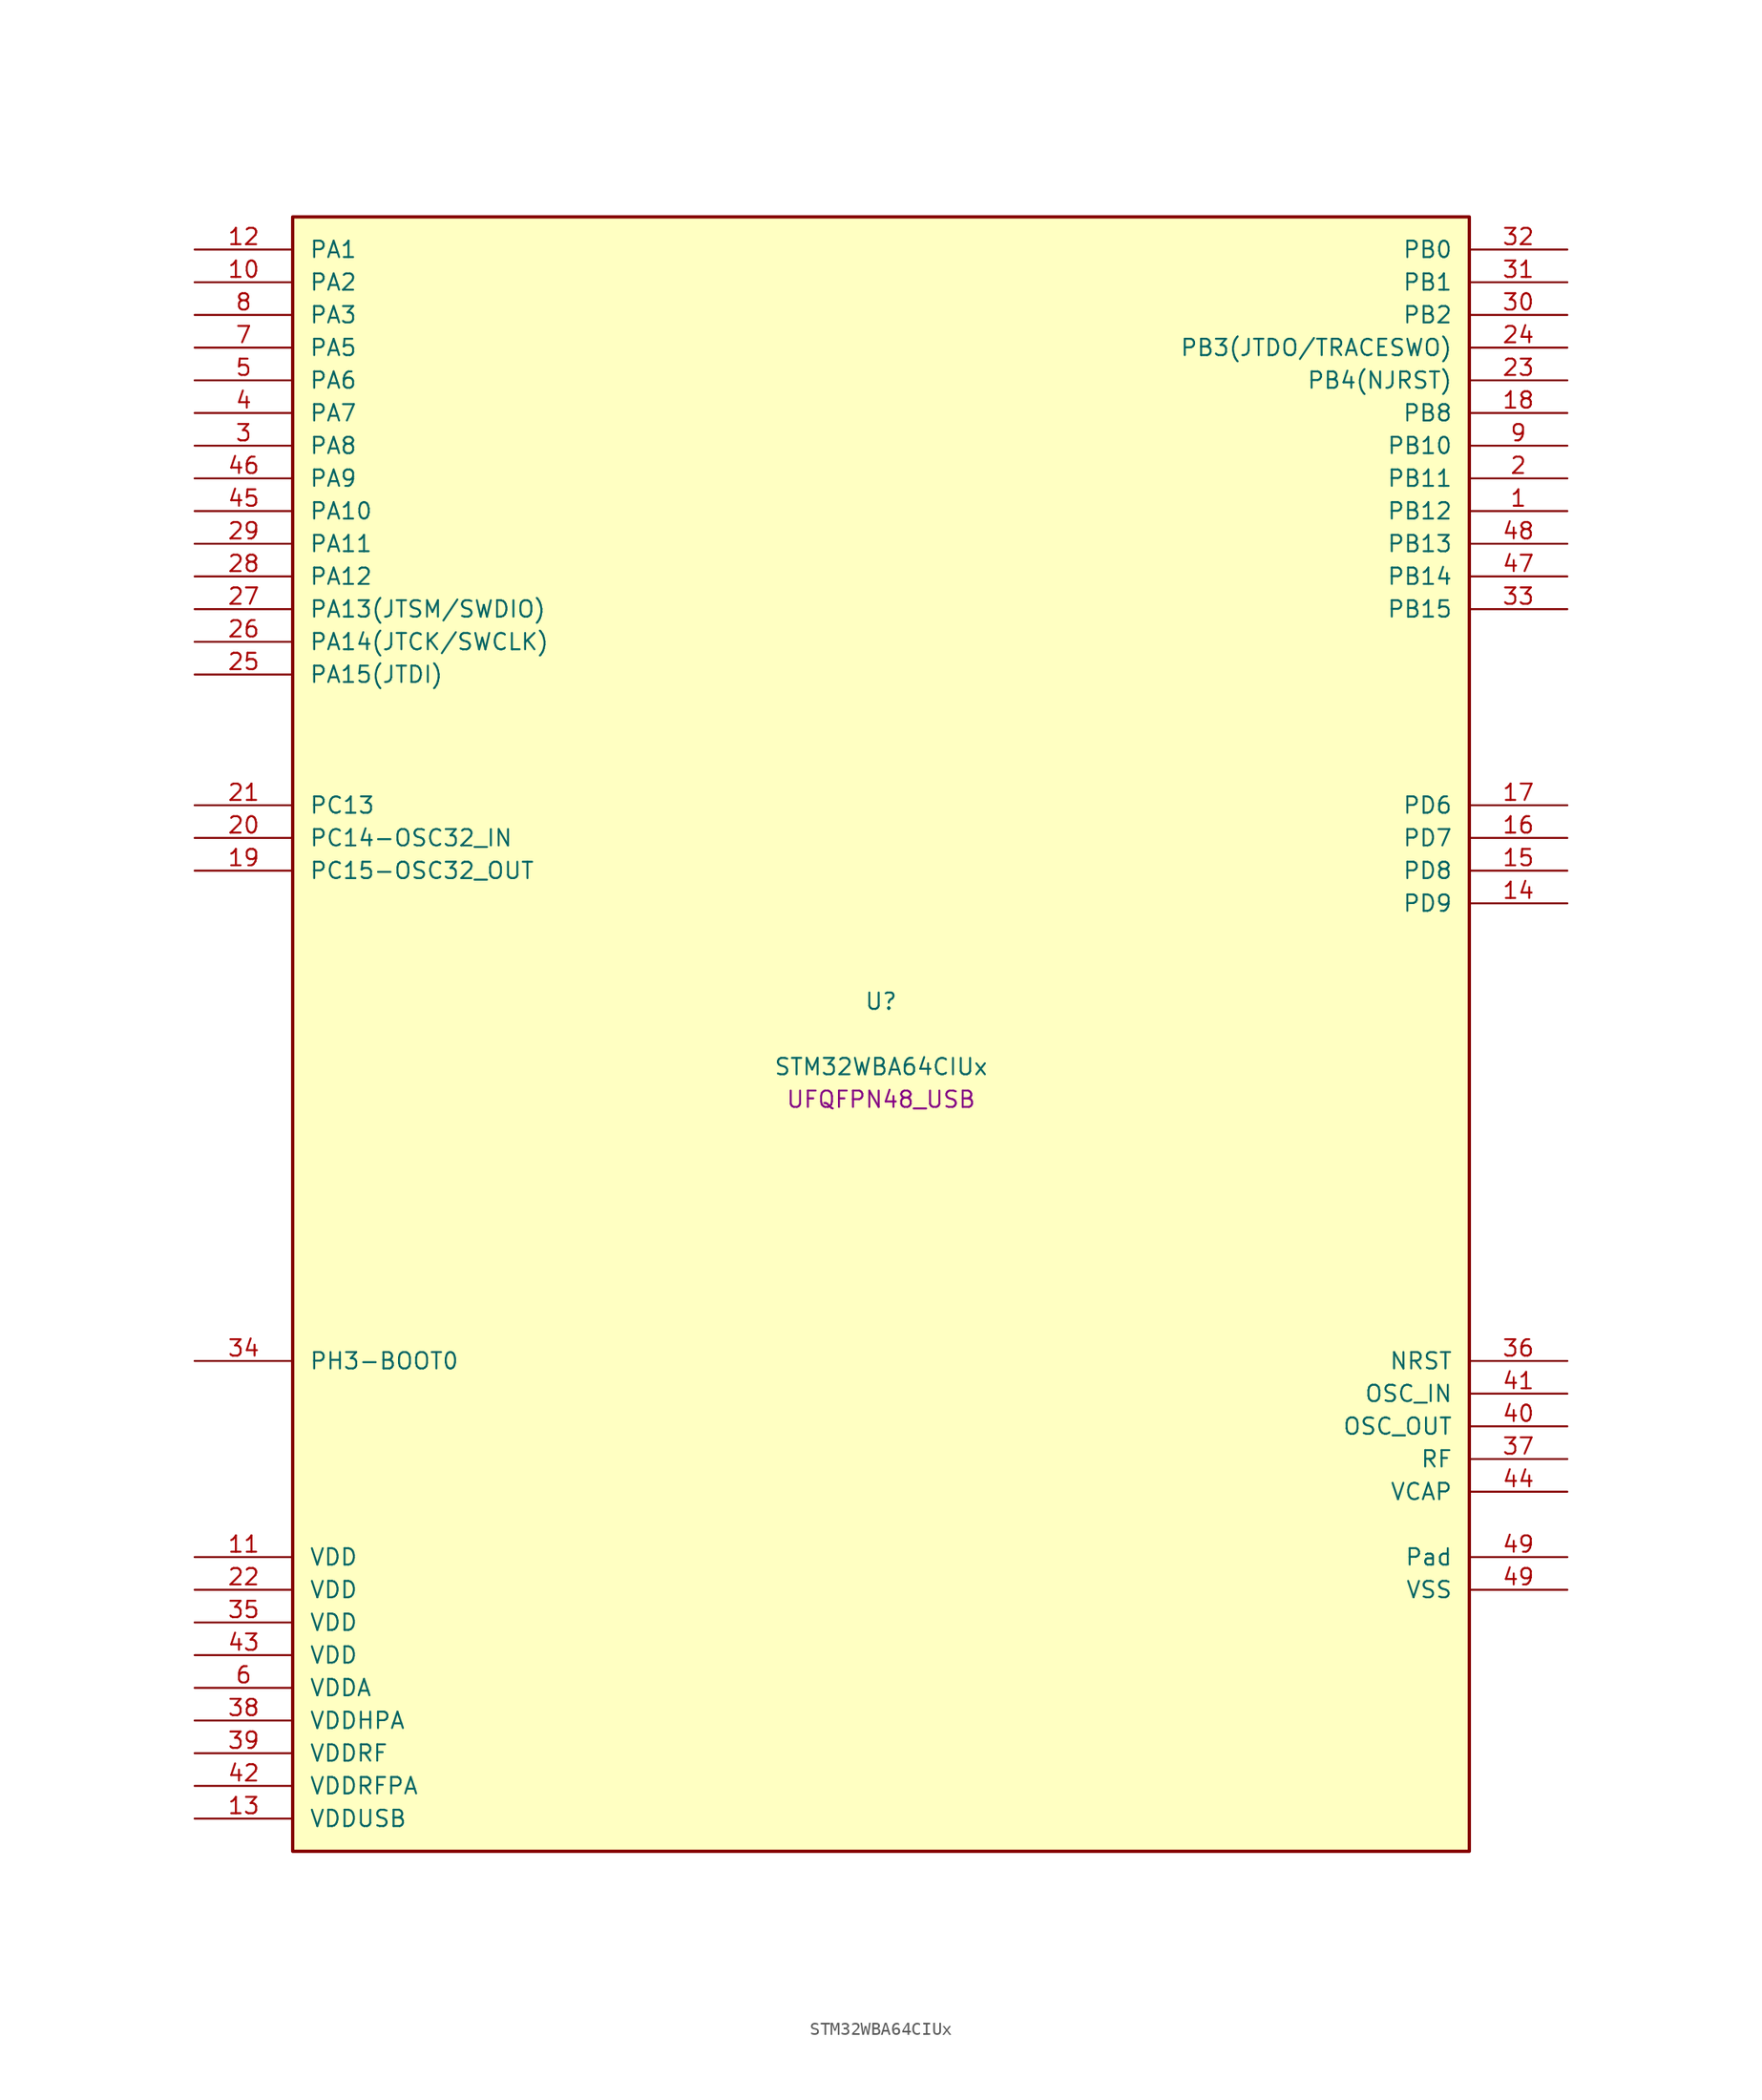
<source format=kicad_sym>
(kicad_symbol_lib
  (version 20241209)
  (generator "stm32_pkl_generator")
  (generator_version "1.0")
  (symbol "STM32WBA64CIUx"
    (pin_names
      (offset 1.27))
    (property "Reference" "U"
      (at 0 2.54 0))
    (property "Value" "STM32WBA64CIUx"
      (at 0 -2.54 0))
    (property "Footprint" "UFQFPN48_USB"
      (at 0 -5.08 0))
    (symbol "STM32WBA64CIUx_1_1"
      (rectangle (start -45.72 63.5) (end 45.72 -63.5) (stroke (width 0.254) (type solid)) (fill (type background)))
      (pin bidirectional line (at -53.34 60.96 0) (length 7.62) (name "PA1") (number "12") (alternate "PA1/ADC4_IN8" bidirectional line) (alternate "PA1/COMP1_INM" bidirectional line) (alternate "PA1/LPTIM2_CH2" bidirectional line) (alternate "PA1/LPUART1_RX" bidirectional line) (alternate "PA1/PWR_WKUP3" bidirectional line) (alternate "PA1/SAI1_CK1" bidirectional line) (alternate "PA1/SPI1_RDY" bidirectional line) (alternate "PA1/SPI3_MISO" bidirectional line) (alternate "PA1/TIM17_CH1" bidirectional line) (alternate "PA1/TIM1_CH1N" bidirectional line) (alternate "PA1/TIM3_CH2" bidirectional line) (alternate "PA1/TSC_G2_IO1" bidirectional line) (alternate "PA1/USART1_CK" bidirectional line))
      (pin bidirectional line (at -53.34 58.42 0) (length 7.62) (name "PA2") (number "10") (alternate "PA2/ADC4_IN7" bidirectional line) (alternate "PA2/COMP1_INP" bidirectional line) (alternate "PA2/LPUART1_TX" bidirectional line) (alternate "PA2/PWR_WKUP4" bidirectional line) (alternate "PA2/RCC_LSCO" bidirectional line) (alternate "PA2/SAI1_D1" bidirectional line) (alternate "PA2/TIM16_CH1" bidirectional line) (alternate "PA2/TIM1_BKIN" bidirectional line) (alternate "PA2/TIM3_CH1" bidirectional line) (alternate "PA2/TSC_G4_IO4" bidirectional line) (alternate "PA2/USART1_DE" bidirectional line) (alternate "PA2/USART1_RTS" bidirectional line))
      (pin bidirectional line (at -53.34 55.88 0) (length 7.62) (name "PA3") (number "8") (alternate "PA3/ADC4_IN6" bidirectional line) (alternate "PA3/PWR_WKUP5" bidirectional line) (alternate "PA3/TIM16_CH1N" bidirectional line) (alternate "PA3/TSC_G4_IO2" bidirectional line) (alternate "PA3/USART1_DE" bidirectional line) (alternate "PA3/USART1_RTS" bidirectional line))
      (pin bidirectional line (at -53.34 53.34 0) (length 7.62) (name "PA5") (number "7") (alternate "PA5/ADC4_IN4" bidirectional line) (alternate "PA5/AUDIOCLK" bidirectional line) (alternate "PA5/LPTIM2_ETR" bidirectional line) (alternate "PA5/PWR_CSLEEP" bidirectional line) (alternate "PA5/PWR_WKUP6" bidirectional line) (alternate "PA5/SAI1_D2" bidirectional line) (alternate "PA5/SPI3_NSS" bidirectional line) (alternate "PA5/TIM2_CH1" bidirectional line) (alternate "PA5/TIM2_ETR" bidirectional line) (alternate "PA5/TSC_G1_IO4" bidirectional line) (alternate "PA5/USART1_CK" bidirectional line) (alternate "PA5/USART3_RX" bidirectional line))
      (pin bidirectional line (at -53.34 50.8 0) (length 7.62) (name "PA6") (number "5") (alternate "PA6/ADC4_IN3" bidirectional line) (alternate "PA6/I2C3_SCL" bidirectional line) (alternate "PA6/PWR_CSTOP" bidirectional line) (alternate "PA6/PWR_WKUP7" bidirectional line) (alternate "PA6/SAI1_CK2" bidirectional line) (alternate "PA6/SAI1_MCLK_A" bidirectional line) (alternate "PA6/SPI3_RDY" bidirectional line) (alternate "PA6/TIM2_CH4" bidirectional line) (alternate "PA6/TSC_G1_IO3" bidirectional line) (alternate "PA6/USART1_DE" bidirectional line) (alternate "PA6/USART1_RTS" bidirectional line) (alternate "PA6/USART3_CTS" bidirectional line))
      (pin bidirectional line (at -53.34 48.26 0) (length 7.62) (name "PA7") (number "4") (alternate "PA7/ADC4_IN2" bidirectional line) (alternate "PA7/COMP1_OUT" bidirectional line) (alternate "PA7/I2C3_SDA" bidirectional line) (alternate "PA7/PWR_WKUP8" bidirectional line) (alternate "PA7/SAI1_SCK_A" bidirectional line) (alternate "PA7/SPI3_SCK" bidirectional line) (alternate "PA7/TAMP_IN1" bidirectional line) (alternate "PA7/TAMP_OUT2" bidirectional line) (alternate "PA7/TIM2_CH3" bidirectional line) (alternate "PA7/TSC_G1_IO2" bidirectional line) (alternate "PA7/USART1_CTS" bidirectional line) (alternate "PA7/USART3_TX" bidirectional line))
      (pin bidirectional line (at -53.34 45.72 0) (length 7.62) (name "PA8") (number "3") (alternate "PA8/ADC4_IN1" bidirectional line) (alternate "PA8/LPTIM1_CH2" bidirectional line) (alternate "PA8/RCC_MCO" bidirectional line) (alternate "PA8/SAI1_FS_A" bidirectional line) (alternate "PA8/SPI3_RDY" bidirectional line) (alternate "PA8/TIM2_CH2" bidirectional line) (alternate "PA8/TSC_G1_IO1" bidirectional line) (alternate "PA8/USART1_RX" bidirectional line) (alternate "PA8/USB_OTG_HS_SOF" bidirectional line))
      (pin bidirectional line (at -53.34 43.18 0) (length 7.62) (name "PA9") (number "46") (alternate "PA9/LPUART1_DE" bidirectional line) (alternate "PA9/LPUART1_RTS" bidirectional line) (alternate "PA9/SAI1_CK1" bidirectional line) (alternate "PA9/TIM3_CH2" bidirectional line))
      (pin bidirectional line (at -53.34 40.64 0) (length 7.62) (name "PA10") (number "45") (alternate "PA10/LPUART1_RX" bidirectional line) (alternate "PA10/SAI1_D1" bidirectional line) (alternate "PA10/TIM3_CH1" bidirectional line))
      (pin bidirectional line (at -53.34 38.1 0) (length 7.62) (name "PA11") (number "29") (alternate "PA11/LPTIM2_CH1" bidirectional line) (alternate "PA11/RF_ANTSW1" bidirectional line) (alternate "PA11/TIM1_CH1" bidirectional line) (alternate "PA11/USART2_RX" bidirectional line))
      (pin bidirectional line (at -53.34 35.56 0) (length 7.62) (name "PA12") (number "28") (alternate "PA12/PTA_STATUS" bidirectional line) (alternate "PA12/PWR_WKUP6" bidirectional line) (alternate "PA12/RF_ANTSW0" bidirectional line) (alternate "PA12/SPI1_NSS" bidirectional line) (alternate "PA12/TIM1_CH2" bidirectional line) (alternate "PA12/TSC_G3_IO4" bidirectional line) (alternate "PA12/USART2_TX" bidirectional line))
      (pin bidirectional line (at -53.34 33.02 0) (length 7.62) (name "PA13(JTSM/SWDIO)") (number "27") (alternate "PA13(JTSM/SWDIO)/DEBUG_JTMS-SWDIO" bidirectional line) (alternate "PA13(JTSM/SWDIO)/PTA_PRIORITY" bidirectional line))
      (pin bidirectional line (at -53.34 30.48 0) (length 7.62) (name "PA14(JTCK/SWCLK)") (number "26") (alternate "PA14(JTCK/SWCLK)/DEBUG_JTCK-SWCLK" bidirectional line) (alternate "PA14(JTCK/SWCLK)/I2C4_SMBA" bidirectional line) (alternate "PA14(JTCK/SWCLK)/PTA_STATUS" bidirectional line) (alternate "PA14(JTCK/SWCLK)/TAMP_IN3" bidirectional line) (alternate "PA14(JTCK/SWCLK)/TAMP_OUT6" bidirectional line) (alternate "PA14(JTCK/SWCLK)/USART2_TX" bidirectional line) (alternate "PA14(JTCK/SWCLK)/USB_OTG_HS_SOF" bidirectional line))
      (pin bidirectional line (at -53.34 27.94 0) (length 7.62) (name "PA15(JTDI)") (number "25") (alternate "PA15(JTDI)/ADC4_EXTI15" bidirectional line) (alternate "PA15(JTDI)/DEBUG_JTDI" bidirectional line) (alternate "PA15(JTDI)/I2C1_SCL" bidirectional line) (alternate "PA15(JTDI)/LPTIM1_CH2" bidirectional line) (alternate "PA15(JTDI)/PTA_STATUS" bidirectional line) (alternate "PA15(JTDI)/SPI1_MOSI" bidirectional line) (alternate "PA15(JTDI)/TIM17_BKIN" bidirectional line) (alternate "PA15(JTDI)/TIM1_ETR" bidirectional line) (alternate "PA15(JTDI)/TSC_G3_IO3" bidirectional line) (alternate "PA15(JTDI)/USART2_DE" bidirectional line) (alternate "PA15(JTDI)/USART2_RTS" bidirectional line) (alternate "PA15(JTDI)/USART3_DE" bidirectional line) (alternate "PA15(JTDI)/USART3_RTS" bidirectional line))
      (pin bidirectional line (at 53.34 60.96 180) (length 7.62) (name "PB0") (number "32") (alternate "PB0/LPTIM2_IN2" bidirectional line) (alternate "PB0/TIM1_CH3N" bidirectional line) (alternate "PB0/USART2_TX" bidirectional line) (alternate "PB0/USART3_CK" bidirectional line))
      (pin bidirectional line (at 53.34 58.42 180) (length 7.62) (name "PB1") (number "31") (alternate "PB1/I2C1_SDA" bidirectional line) (alternate "PB1/I2C3_SDA" bidirectional line) (alternate "PB1/PWR_WKUP4" bidirectional line) (alternate "PB1/TIM1_CH2N" bidirectional line) (alternate "PB1/USART2_DE" bidirectional line) (alternate "PB1/USART2_RTS" bidirectional line) (alternate "PB1/USART3_DE" bidirectional line) (alternate "PB1/USART3_RTS" bidirectional line))
      (pin bidirectional line (at 53.34 55.88 180) (length 7.62) (name "PB2") (number "30") (alternate "PB2/I2C1_SCL" bidirectional line) (alternate "PB2/I2C3_SCL" bidirectional line) (alternate "PB2/PWR_WKUP1" bidirectional line) (alternate "PB2/RF_ANTSW2" bidirectional line) (alternate "PB2/RTC_OUT2" bidirectional line) (alternate "PB2/TIM1_CH1N" bidirectional line) (alternate "PB2/USART2_CTS" bidirectional line))
      (pin bidirectional line (at 53.34 53.34 180) (length 7.62) (name "PB3(JTDO/TRACESWO)") (number "24") (alternate "PB3(JTDO/TRACESWO)/DEBUG_JTDO-SWO" bidirectional line) (alternate "PB3(JTDO/TRACESWO)/I2C1_SDA" bidirectional line) (alternate "PB3(JTDO/TRACESWO)/LPTIM1_IN2" bidirectional line) (alternate "PB3(JTDO/TRACESWO)/PTA_ACTIVE" bidirectional line) (alternate "PB3(JTDO/TRACESWO)/SPI1_MISO" bidirectional line) (alternate "PB3(JTDO/TRACESWO)/TIM17_CH1N" bidirectional line) (alternate "PB3(JTDO/TRACESWO)/TIM1_CH4" bidirectional line) (alternate "PB3(JTDO/TRACESWO)/TSC_G3_IO2" bidirectional line) (alternate "PB3(JTDO/TRACESWO)/USART2_CK" bidirectional line))
      (pin bidirectional line (at 53.34 50.8 180) (length 7.62) (name "PB4(NJRST)") (number "23") (alternate "PB4(NJRST)/DEBUG_NJTRST" bidirectional line) (alternate "PB4(NJRST)/LPTIM2_IN2" bidirectional line) (alternate "PB4(NJRST)/PTA_ACTIVE" bidirectional line) (alternate "PB4(NJRST)/PTA_PRIORITY" bidirectional line) (alternate "PB4(NJRST)/SAI1_MCLK_B" bidirectional line) (alternate "PB4(NJRST)/SPI1_SCK" bidirectional line) (alternate "PB4(NJRST)/TIM17_CH1" bidirectional line) (alternate "PB4(NJRST)/TIM1_CH3" bidirectional line) (alternate "PB4(NJRST)/TSC_G3_IO1" bidirectional line) (alternate "PB4(NJRST)/USART2_RX" bidirectional line))
      (pin bidirectional line (at 53.34 48.26 180) (length 7.62) (name "PB8") (number "18") (alternate "PB8/COMP1_OUT" bidirectional line) (alternate "PB8/LPTIM1_ETR" bidirectional line) (alternate "PB8/PWR_PVD_IN" bidirectional line) (alternate "PB8/SPI3_MOSI" bidirectional line) (alternate "PB8/TIM16_CH1N" bidirectional line) (alternate "PB8/TIM1_CH1" bidirectional line) (alternate "PB8/TIM3_ETR" bidirectional line) (alternate "PB8/TIM4_CH3" bidirectional line) (alternate "PB8/TSC_G2_IO4" bidirectional line) (alternate "PB8/USART2_RX" bidirectional line))
      (pin bidirectional line (at 53.34 45.72 180) (length 7.62) (name "PB10") (number "9") (alternate "PB10/I2C2_SCL" bidirectional line) (alternate "PB10/I2C4_SCL" bidirectional line) (alternate "PB10/TIM16_BKIN" bidirectional line) (alternate "PB10/TSC_G4_IO3" bidirectional line) (alternate "PB10/USART1_CK" bidirectional line) (alternate "PB10/USART3_TX" bidirectional line))
      (pin bidirectional line (at 53.34 43.18 180) (length 7.62) (name "PB11") (number "2") (alternate "PB11/I2C2_SDA" bidirectional line) (alternate "PB11/I2C4_SDA" bidirectional line) (alternate "PB11/LPTIM1_CH1" bidirectional line) (alternate "PB11/LPTIM1_ETR" bidirectional line) (alternate "PB11/LPUART1_TX" bidirectional line) (alternate "PB11/USART3_RX" bidirectional line))
      (pin bidirectional line (at 53.34 40.64 180) (length 7.62) (name "PB12") (number "1") (alternate "PB12/I2C2_SMBA" bidirectional line) (alternate "PB12/SAI1_SD_A" bidirectional line) (alternate "PB12/SPI1_RDY" bidirectional line) (alternate "PB12/TIM2_CH1" bidirectional line) (alternate "PB12/TIM2_ETR" bidirectional line) (alternate "PB12/TIM3_ETR" bidirectional line) (alternate "PB12/TSC_SYNC" bidirectional line) (alternate "PB12/USART1_TX" bidirectional line) (alternate "PB12/USART3_CK" bidirectional line))
      (pin bidirectional line (at 53.34 38.1 180) (length 7.62) (name "PB13") (number "48") (alternate "PB13/I2C2_SCL" bidirectional line) (alternate "PB13/TIM3_CH4" bidirectional line) (alternate "PB13/TSC_G6_IO2" bidirectional line) (alternate "PB13/USART3_CTS" bidirectional line))
      (pin bidirectional line (at 53.34 35.56 180) (length 7.62) (name "PB14") (number "47") (alternate "PB14/I2C2_SDA" bidirectional line) (alternate "PB14/PWR_WKUP7" bidirectional line) (alternate "PB14/RTC_REFIN" bidirectional line) (alternate "PB14/SAI1_SD_A" bidirectional line) (alternate "PB14/TIM3_CH3" bidirectional line) (alternate "PB14/TSC_G6_IO1" bidirectional line) (alternate "PB14/USART1_TX" bidirectional line) (alternate "PB14/USART3_DE" bidirectional line) (alternate "PB14/USART3_RTS" bidirectional line))
      (pin bidirectional line (at 53.34 33.02 180) (length 7.62) (name "PB15") (number "33") (alternate "PB15/ADC4_EXTI15" bidirectional line) (alternate "PB15/I2C1_SMBA" bidirectional line) (alternate "PB15/I2C3_SMBA" bidirectional line) (alternate "PB15/LPUART1_CTS" bidirectional line) (alternate "PB15/PTA_GRANT" bidirectional line) (alternate "PB15/RF_EXTPABYP" bidirectional line) (alternate "PB15/TIM16_BKIN" bidirectional line) (alternate "PB15/TIM1_BKIN2" bidirectional line) (alternate "PB15/USART2_CTS" bidirectional line))
      (pin bidirectional line (at -53.34 17.78 0) (length 7.62) (name "PC13") (number "21") (alternate "PC13/PWR_WKUP2" bidirectional line) (alternate "PC13/RTC_OUT1" bidirectional line) (alternate "PC13/RTC_TS" bidirectional line) (alternate "PC13/TAMP_IN4" bidirectional line) (alternate "PC13/TAMP_OUT5" bidirectional line) (alternate "PC13/TIM1_BKIN2" bidirectional line) (alternate "PC13/TSC_G5_IO1" bidirectional line))
      (pin bidirectional line (at -53.34 15.24 0) (length 7.62) (name "PC14-OSC32_IN") (number "20") (alternate "PC14-OSC32_IN/RCC_OSC32_IN" bidirectional line))
      (pin bidirectional line (at -53.34 12.7 0) (length 7.62) (name "PC15-OSC32_OUT") (number "19") (alternate "PC15-OSC32_OUT/ADC4_EXTI15" bidirectional line) (alternate "PC15-OSC32_OUT/RCC_OSC32_OUT" bidirectional line))
      (pin bidirectional line (at 53.34 17.78 180) (length 7.62) (name "PD6") (number "17") (alternate "PD6/USB_OTG_HS_DP" bidirectional line))
      (pin bidirectional line (at 53.34 15.24 180) (length 7.62) (name "PD7") (number "16") (alternate "PD7/USB_OTG_HS_DM" bidirectional line))
      (pin bidirectional line (at 53.34 12.7 180) (length 7.62) (name "PD8") (number "15") (alternate "PD8/USART2_CK" bidirectional line) (alternate "PD8/USB_OTG_HS_ID" bidirectional line))
      (pin bidirectional line (at 53.34 10.16 180) (length 7.62) (name "PD9") (number "14") (alternate "PD9/USART2_TX" bidirectional line) (alternate "PD9/USART3_TX" bidirectional line) (alternate "PD9/USB_OTG_HS_VBUS" bidirectional line))
      (pin bidirectional line (at -53.34 -25.4 0) (length 7.62) (name "PH3-BOOT0") (number "34") (alternate "PH3-BOOT0/PTA_GRANT" bidirectional line) (alternate "PH3-BOOT0/RF_EXTPABYP" bidirectional line) (alternate "PH3-BOOT0/TAMP_IN2" bidirectional line) (alternate "PH3-BOOT0/TAMP_OUT1" bidirectional line))
      (pin input line (at 53.34 -25.4 180) (length 7.62) (name "NRST") (number "36"))
      (pin bidirectional line (at 53.34 -27.94 180) (length 7.62) (name "OSC_IN") (number "41") (alternate "OSC_IN/RCC_OSC_IN" bidirectional line))
      (pin bidirectional line (at 53.34 -30.48 180) (length 7.62) (name "OSC_OUT") (number "40") (alternate "OSC_OUT/RCC_OSC_OUT" bidirectional line))
      (pin bidirectional line (at 53.34 -33.02 180) (length 7.62) (name "RF") (number "37"))
      (pin power_in line (at 53.34 -35.56 180) (length 7.62) (name "VCAP") (number "44"))
      (pin power_in line (at -53.34 -40.64 0) (length 7.62) (name "VDD") (number "11"))
      (pin power_in line (at -53.34 -43.18 0) (length 7.62) (name "VDD") (number "22"))
      (pin power_in line (at -53.34 -45.72 0) (length 7.62) (name "VDD") (number "35"))
      (pin power_in line (at -53.34 -48.26 0) (length 7.62) (name "VDD") (number "43"))
      (pin power_in line (at -53.34 -50.8 0) (length 7.62) (name "VDDA") (number "6"))
      (pin power_in line (at -53.34 -53.34 0) (length 7.62) (name "VDDHPA") (number "38"))
      (pin power_in line (at -53.34 -55.88 0) (length 7.62) (name "VDDRF") (number "39"))
      (pin power_in line (at -53.34 -58.42 0) (length 7.62) (name "VDDRFPA") (number "42"))
      (pin power_in line (at -53.34 -60.96 0) (length 7.62) (name "VDDUSB") (number "13"))
      (pin passive line (at 53.34 -40.64 180) (length 7.62) (name "Pad") (number "49"))
      (pin power_in line (at 53.34 -43.18 180) (length 7.62) (name "VSS") (number "49")))))
</source>
